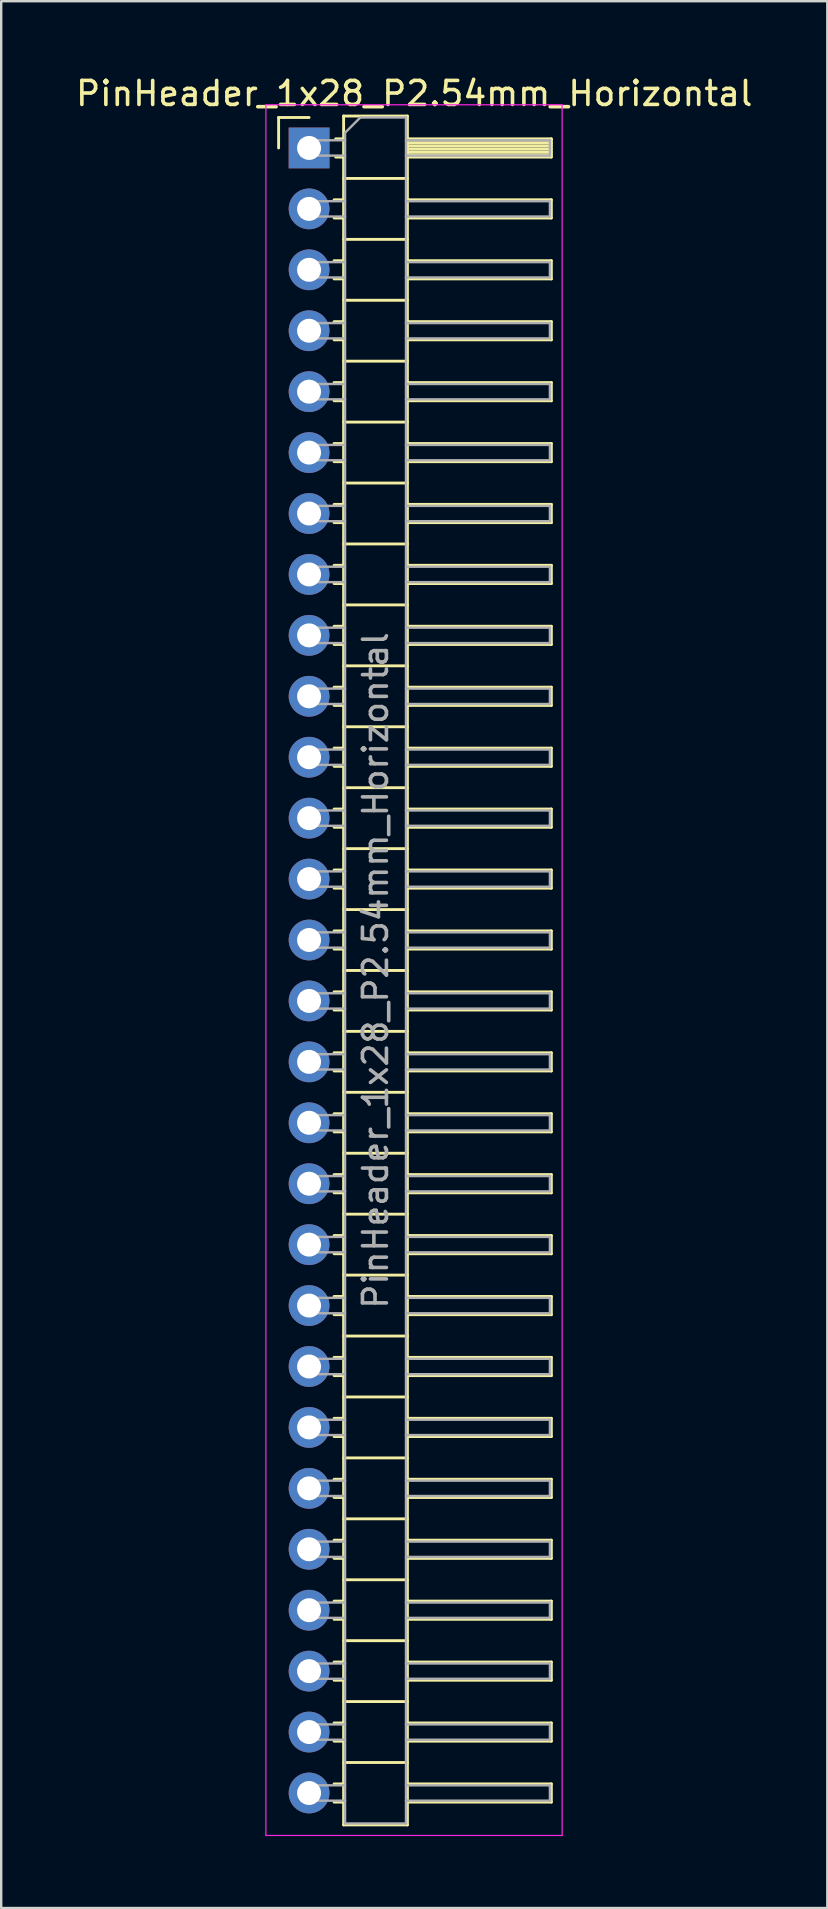
<source format=kicad_pcb>
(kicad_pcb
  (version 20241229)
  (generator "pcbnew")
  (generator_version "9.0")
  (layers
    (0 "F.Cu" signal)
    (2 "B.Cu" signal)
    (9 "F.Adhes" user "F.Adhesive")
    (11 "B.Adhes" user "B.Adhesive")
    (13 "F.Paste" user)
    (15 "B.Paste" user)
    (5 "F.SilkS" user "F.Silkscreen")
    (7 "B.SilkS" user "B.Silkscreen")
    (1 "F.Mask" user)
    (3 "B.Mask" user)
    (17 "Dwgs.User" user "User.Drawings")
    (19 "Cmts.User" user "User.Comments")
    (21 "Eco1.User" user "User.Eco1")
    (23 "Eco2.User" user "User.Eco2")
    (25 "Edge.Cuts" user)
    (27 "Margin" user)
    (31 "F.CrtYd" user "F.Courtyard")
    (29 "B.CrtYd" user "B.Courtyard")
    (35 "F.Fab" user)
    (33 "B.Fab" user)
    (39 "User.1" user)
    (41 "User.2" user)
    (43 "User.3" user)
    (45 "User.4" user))
  (footprint "PinHeader_1x28_P2.54mm_Horizontal"
    (layer "F.Cu")
    (at 9.835 3.118)
    (property "Reference" "PinHeader_1x28_P2.54mm_Horizontal" (at 4.385 -2.27 0) (layer "F.SilkS") (effects (font (size 1 1) (thickness 0.15))))
    (attr through_hole)
    (fp_line (start -1.27 -1.27) (end 0 -1.27) (stroke (width 0.12) (type solid)) (layer "F.SilkS"))
    (fp_line (start -1.27 0) (end -1.27 -1.27) (stroke (width 0.12) (type solid)) (layer "F.SilkS"))
    (fp_line (start 1.043 2.16) (end 1.44 2.16) (stroke (width 0.12) (type solid)) (layer "F.SilkS"))
    (fp_line (start 1.043 2.92) (end 1.44 2.92) (stroke (width 0.12) (type solid)) (layer "F.SilkS"))
    (fp_line (start 1.043 4.7) (end 1.44 4.7) (stroke (width 0.12) (type solid)) (layer "F.SilkS"))
    (fp_line (start 1.043 5.46) (end 1.44 5.46) (stroke (width 0.12) (type solid)) (layer "F.SilkS"))
    (fp_line (start 1.043 7.24) (end 1.44 7.24) (stroke (width 0.12) (type solid)) (layer "F.SilkS"))
    (fp_line (start 1.043 8) (end 1.44 8) (stroke (width 0.12) (type solid)) (layer "F.SilkS"))
    (fp_line (start 1.043 9.78) (end 1.44 9.78) (stroke (width 0.12) (type solid)) (layer "F.SilkS"))
    (fp_line (start 1.043 10.54) (end 1.44 10.54) (stroke (width 0.12) (type solid)) (layer "F.SilkS"))
    (fp_line (start 1.043 12.32) (end 1.44 12.32) (stroke (width 0.12) (type solid)) (layer "F.SilkS"))
    (fp_line (start 1.043 13.08) (end 1.44 13.08) (stroke (width 0.12) (type solid)) (layer "F.SilkS"))
    (fp_line (start 1.043 14.86) (end 1.44 14.86) (stroke (width 0.12) (type solid)) (layer "F.SilkS"))
    (fp_line (start 1.043 15.62) (end 1.44 15.62) (stroke (width 0.12) (type solid)) (layer "F.SilkS"))
    (fp_line (start 1.043 17.4) (end 1.44 17.4) (stroke (width 0.12) (type solid)) (layer "F.SilkS"))
    (fp_line (start 1.043 18.16) (end 1.44 18.16) (stroke (width 0.12) (type solid)) (layer "F.SilkS"))
    (fp_line (start 1.043 19.94) (end 1.44 19.94) (stroke (width 0.12) (type solid)) (layer "F.SilkS"))
    (fp_line (start 1.043 20.7) (end 1.44 20.7) (stroke (width 0.12) (type solid)) (layer "F.SilkS"))
    (fp_line (start 1.043 22.48) (end 1.44 22.48) (stroke (width 0.12) (type solid)) (layer "F.SilkS"))
    (fp_line (start 1.043 23.24) (end 1.44 23.24) (stroke (width 0.12) (type solid)) (layer "F.SilkS"))
    (fp_line (start 1.043 25.02) (end 1.44 25.02) (stroke (width 0.12) (type solid)) (layer "F.SilkS"))
    (fp_line (start 1.043 25.78) (end 1.44 25.78) (stroke (width 0.12) (type solid)) (layer "F.SilkS"))
    (fp_line (start 1.043 27.56) (end 1.44 27.56) (stroke (width 0.12) (type solid)) (layer "F.SilkS"))
    (fp_line (start 1.043 28.32) (end 1.44 28.32) (stroke (width 0.12) (type solid)) (layer "F.SilkS"))
    (fp_line (start 1.043 30.1) (end 1.44 30.1) (stroke (width 0.12) (type solid)) (layer "F.SilkS"))
    (fp_line (start 1.043 30.86) (end 1.44 30.86) (stroke (width 0.12) (type solid)) (layer "F.SilkS"))
    (fp_line (start 1.043 32.64) (end 1.44 32.64) (stroke (width 0.12) (type solid)) (layer "F.SilkS"))
    (fp_line (start 1.043 33.4) (end 1.44 33.4) (stroke (width 0.12) (type solid)) (layer "F.SilkS"))
    (fp_line (start 1.043 35.18) (end 1.44 35.18) (stroke (width 0.12) (type solid)) (layer "F.SilkS"))
    (fp_line (start 1.043 35.94) (end 1.44 35.94) (stroke (width 0.12) (type solid)) (layer "F.SilkS"))
    (fp_line (start 1.043 37.72) (end 1.44 37.72) (stroke (width 0.12) (type solid)) (layer "F.SilkS"))
    (fp_line (start 1.043 38.48) (end 1.44 38.48) (stroke (width 0.12) (type solid)) (layer "F.SilkS"))
    (fp_line (start 1.043 40.26) (end 1.44 40.26) (stroke (width 0.12) (type solid)) (layer "F.SilkS"))
    (fp_line (start 1.043 41.02) (end 1.44 41.02) (stroke (width 0.12) (type solid)) (layer "F.SilkS"))
    (fp_line (start 1.043 42.8) (end 1.44 42.8) (stroke (width 0.12) (type solid)) (layer "F.SilkS"))
    (fp_line (start 1.043 43.56) (end 1.44 43.56) (stroke (width 0.12) (type solid)) (layer "F.SilkS"))
    (fp_line (start 1.043 45.34) (end 1.44 45.34) (stroke (width 0.12) (type solid)) (layer "F.SilkS"))
    (fp_line (start 1.043 46.1) (end 1.44 46.1) (stroke (width 0.12) (type solid)) (layer "F.SilkS"))
    (fp_line (start 1.043 47.88) (end 1.44 47.88) (stroke (width 0.12) (type solid)) (layer "F.SilkS"))
    (fp_line (start 1.043 48.64) (end 1.44 48.64) (stroke (width 0.12) (type solid)) (layer "F.SilkS"))
    (fp_line (start 1.043 50.42) (end 1.44 50.42) (stroke (width 0.12) (type solid)) (layer "F.SilkS"))
    (fp_line (start 1.043 51.18) (end 1.44 51.18) (stroke (width 0.12) (type solid)) (layer "F.SilkS"))
    (fp_line (start 1.043 52.96) (end 1.44 52.96) (stroke (width 0.12) (type solid)) (layer "F.SilkS"))
    (fp_line (start 1.043 53.72) (end 1.44 53.72) (stroke (width 0.12) (type solid)) (layer "F.SilkS"))
    (fp_line (start 1.043 55.5) (end 1.44 55.5) (stroke (width 0.12) (type solid)) (layer "F.SilkS"))
    (fp_line (start 1.043 56.26) (end 1.44 56.26) (stroke (width 0.12) (type solid)) (layer "F.SilkS"))
    (fp_line (start 1.043 58.04) (end 1.44 58.04) (stroke (width 0.12) (type solid)) (layer "F.SilkS"))
    (fp_line (start 1.043 58.8) (end 1.44 58.8) (stroke (width 0.12) (type solid)) (layer "F.SilkS"))
    (fp_line (start 1.043 60.58) (end 1.44 60.58) (stroke (width 0.12) (type solid)) (layer "F.SilkS"))
    (fp_line (start 1.043 61.34) (end 1.44 61.34) (stroke (width 0.12) (type solid)) (layer "F.SilkS"))
    (fp_line (start 1.043 63.12) (end 1.44 63.12) (stroke (width 0.12) (type solid)) (layer "F.SilkS"))
    (fp_line (start 1.043 63.88) (end 1.44 63.88) (stroke (width 0.12) (type solid)) (layer "F.SilkS"))
    (fp_line (start 1.043 65.66) (end 1.44 65.66) (stroke (width 0.12) (type solid)) (layer "F.SilkS"))
    (fp_line (start 1.043 66.42) (end 1.44 66.42) (stroke (width 0.12) (type solid)) (layer "F.SilkS"))
    (fp_line (start 1.043 68.2) (end 1.44 68.2) (stroke (width 0.12) (type solid)) (layer "F.SilkS"))
    (fp_line (start 1.043 68.96) (end 1.44 68.96) (stroke (width 0.12) (type solid)) (layer "F.SilkS"))
    (fp_line (start 1.11 -0.38) (end 1.44 -0.38) (stroke (width 0.12) (type solid)) (layer "F.SilkS"))
    (fp_line (start 1.11 0.38) (end 1.44 0.38) (stroke (width 0.12) (type solid)) (layer "F.SilkS"))
    (fp_line (start 1.44 -1.33) (end 1.44 69.91) (stroke (width 0.12) (type solid)) (layer "F.SilkS"))
    (fp_line (start 1.44 1.27) (end 4.1 1.27) (stroke (width 0.12) (type solid)) (layer "F.SilkS"))
    (fp_line (start 1.44 3.81) (end 4.1 3.81) (stroke (width 0.12) (type solid)) (layer "F.SilkS"))
    (fp_line (start 1.44 6.35) (end 4.1 6.35) (stroke (width 0.12) (type solid)) (layer "F.SilkS"))
    (fp_line (start 1.44 8.89) (end 4.1 8.89) (stroke (width 0.12) (type solid)) (layer "F.SilkS"))
    (fp_line (start 1.44 11.43) (end 4.1 11.43) (stroke (width 0.12) (type solid)) (layer "F.SilkS"))
    (fp_line (start 1.44 13.97) (end 4.1 13.97) (stroke (width 0.12) (type solid)) (layer "F.SilkS"))
    (fp_line (start 1.44 16.51) (end 4.1 16.51) (stroke (width 0.12) (type solid)) (layer "F.SilkS"))
    (fp_line (start 1.44 19.05) (end 4.1 19.05) (stroke (width 0.12) (type solid)) (layer "F.SilkS"))
    (fp_line (start 1.44 21.59) (end 4.1 21.59) (stroke (width 0.12) (type solid)) (layer "F.SilkS"))
    (fp_line (start 1.44 24.13) (end 4.1 24.13) (stroke (width 0.12) (type solid)) (layer "F.SilkS"))
    (fp_line (start 1.44 26.67) (end 4.1 26.67) (stroke (width 0.12) (type solid)) (layer "F.SilkS"))
    (fp_line (start 1.44 29.21) (end 4.1 29.21) (stroke (width 0.12) (type solid)) (layer "F.SilkS"))
    (fp_line (start 1.44 31.75) (end 4.1 31.75) (stroke (width 0.12) (type solid)) (layer "F.SilkS"))
    (fp_line (start 1.44 34.29) (end 4.1 34.29) (stroke (width 0.12) (type solid)) (layer "F.SilkS"))
    (fp_line (start 1.44 36.83) (end 4.1 36.83) (stroke (width 0.12) (type solid)) (layer "F.SilkS"))
    (fp_line (start 1.44 39.37) (end 4.1 39.37) (stroke (width 0.12) (type solid)) (layer "F.SilkS"))
    (fp_line (start 1.44 41.91) (end 4.1 41.91) (stroke (width 0.12) (type solid)) (layer "F.SilkS"))
    (fp_line (start 1.44 44.45) (end 4.1 44.45) (stroke (width 0.12) (type solid)) (layer "F.SilkS"))
    (fp_line (start 1.44 46.99) (end 4.1 46.99) (stroke (width 0.12) (type solid)) (layer "F.SilkS"))
    (fp_line (start 1.44 49.53) (end 4.1 49.53) (stroke (width 0.12) (type solid)) (layer "F.SilkS"))
    (fp_line (start 1.44 52.07) (end 4.1 52.07) (stroke (width 0.12) (type solid)) (layer "F.SilkS"))
    (fp_line (start 1.44 54.61) (end 4.1 54.61) (stroke (width 0.12) (type solid)) (layer "F.SilkS"))
    (fp_line (start 1.44 57.15) (end 4.1 57.15) (stroke (width 0.12) (type solid)) (layer "F.SilkS"))
    (fp_line (start 1.44 59.69) (end 4.1 59.69) (stroke (width 0.12) (type solid)) (layer "F.SilkS"))
    (fp_line (start 1.44 62.23) (end 4.1 62.23) (stroke (width 0.12) (type solid)) (layer "F.SilkS"))
    (fp_line (start 1.44 64.77) (end 4.1 64.77) (stroke (width 0.12) (type solid)) (layer "F.SilkS"))
    (fp_line (start 1.44 67.31) (end 4.1 67.31) (stroke (width 0.12) (type solid)) (layer "F.SilkS"))
    (fp_line (start 1.44 69.91) (end 4.1 69.91) (stroke (width 0.12) (type solid)) (layer "F.SilkS"))
    (fp_line (start 4.1 -1.33) (end 1.44 -1.33) (stroke (width 0.12) (type solid)) (layer "F.SilkS"))
    (fp_line (start 4.1 -0.38) (end 10.1 -0.38) (stroke (width 0.12) (type solid)) (layer "F.SilkS"))
    (fp_line (start 4.1 -0.32) (end 10.1 -0.32) (stroke (width 0.12) (type solid)) (layer "F.SilkS"))
    (fp_line (start 4.1 -0.2) (end 10.1 -0.2) (stroke (width 0.12) (type solid)) (layer "F.SilkS"))
    (fp_line (start 4.1 -0.08) (end 10.1 -0.08) (stroke (width 0.12) (type solid)) (layer "F.SilkS"))
    (fp_line (start 4.1 0.04) (end 10.1 0.04) (stroke (width 0.12) (type solid)) (layer "F.SilkS"))
    (fp_line (start 4.1 0.16) (end 10.1 0.16) (stroke (width 0.12) (type solid)) (layer "F.SilkS"))
    (fp_line (start 4.1 0.28) (end 10.1 0.28) (stroke (width 0.12) (type solid)) (layer "F.SilkS"))
    (fp_line (start 4.1 2.16) (end 10.1 2.16) (stroke (width 0.12) (type solid)) (layer "F.SilkS"))
    (fp_line (start 4.1 4.7) (end 10.1 4.7) (stroke (width 0.12) (type solid)) (layer "F.SilkS"))
    (fp_line (start 4.1 7.24) (end 10.1 7.24) (stroke (width 0.12) (type solid)) (layer "F.SilkS"))
    (fp_line (start 4.1 9.78) (end 10.1 9.78) (stroke (width 0.12) (type solid)) (layer "F.SilkS"))
    (fp_line (start 4.1 12.32) (end 10.1 12.32) (stroke (width 0.12) (type solid)) (layer "F.SilkS"))
    (fp_line (start 4.1 14.86) (end 10.1 14.86) (stroke (width 0.12) (type solid)) (layer "F.SilkS"))
    (fp_line (start 4.1 17.4) (end 10.1 17.4) (stroke (width 0.12) (type solid)) (layer "F.SilkS"))
    (fp_line (start 4.1 19.94) (end 10.1 19.94) (stroke (width 0.12) (type solid)) (layer "F.SilkS"))
    (fp_line (start 4.1 22.48) (end 10.1 22.48) (stroke (width 0.12) (type solid)) (layer "F.SilkS"))
    (fp_line (start 4.1 25.02) (end 10.1 25.02) (stroke (width 0.12) (type solid)) (layer "F.SilkS"))
    (fp_line (start 4.1 27.56) (end 10.1 27.56) (stroke (width 0.12) (type solid)) (layer "F.SilkS"))
    (fp_line (start 4.1 30.1) (end 10.1 30.1) (stroke (width 0.12) (type solid)) (layer "F.SilkS"))
    (fp_line (start 4.1 32.64) (end 10.1 32.64) (stroke (width 0.12) (type solid)) (layer "F.SilkS"))
    (fp_line (start 4.1 35.18) (end 10.1 35.18) (stroke (width 0.12) (type solid)) (layer "F.SilkS"))
    (fp_line (start 4.1 37.72) (end 10.1 37.72) (stroke (width 0.12) (type solid)) (layer "F.SilkS"))
    (fp_line (start 4.1 40.26) (end 10.1 40.26) (stroke (width 0.12) (type solid)) (layer "F.SilkS"))
    (fp_line (start 4.1 42.8) (end 10.1 42.8) (stroke (width 0.12) (type solid)) (layer "F.SilkS"))
    (fp_line (start 4.1 45.34) (end 10.1 45.34) (stroke (width 0.12) (type solid)) (layer "F.SilkS"))
    (fp_line (start 4.1 47.88) (end 10.1 47.88) (stroke (width 0.12) (type solid)) (layer "F.SilkS"))
    (fp_line (start 4.1 50.42) (end 10.1 50.42) (stroke (width 0.12) (type solid)) (layer "F.SilkS"))
    (fp_line (start 4.1 52.96) (end 10.1 52.96) (stroke (width 0.12) (type solid)) (layer "F.SilkS"))
    (fp_line (start 4.1 55.5) (end 10.1 55.5) (stroke (width 0.12) (type solid)) (layer "F.SilkS"))
    (fp_line (start 4.1 58.04) (end 10.1 58.04) (stroke (width 0.12) (type solid)) (layer "F.SilkS"))
    (fp_line (start 4.1 60.58) (end 10.1 60.58) (stroke (width 0.12) (type solid)) (layer "F.SilkS"))
    (fp_line (start 4.1 63.12) (end 10.1 63.12) (stroke (width 0.12) (type solid)) (layer "F.SilkS"))
    (fp_line (start 4.1 65.66) (end 10.1 65.66) (stroke (width 0.12) (type solid)) (layer "F.SilkS"))
    (fp_line (start 4.1 68.2) (end 10.1 68.2) (stroke (width 0.12) (type solid)) (layer "F.SilkS"))
    (fp_line (start 4.1 69.91) (end 4.1 -1.33) (stroke (width 0.12) (type solid)) (layer "F.SilkS"))
    (fp_line (start 10.1 -0.38) (end 10.1 0.38) (stroke (width 0.12) (type solid)) (layer "F.SilkS"))
    (fp_line (start 10.1 0.38) (end 4.1 0.38) (stroke (width 0.12) (type solid)) (layer "F.SilkS"))
    (fp_line (start 10.1 2.16) (end 10.1 2.92) (stroke (width 0.12) (type solid)) (layer "F.SilkS"))
    (fp_line (start 10.1 2.92) (end 4.1 2.92) (stroke (width 0.12) (type solid)) (layer "F.SilkS"))
    (fp_line (start 10.1 4.7) (end 10.1 5.46) (stroke (width 0.12) (type solid)) (layer "F.SilkS"))
    (fp_line (start 10.1 5.46) (end 4.1 5.46) (stroke (width 0.12) (type solid)) (layer "F.SilkS"))
    (fp_line (start 10.1 7.24) (end 10.1 8) (stroke (width 0.12) (type solid)) (layer "F.SilkS"))
    (fp_line (start 10.1 8) (end 4.1 8) (stroke (width 0.12) (type solid)) (layer "F.SilkS"))
    (fp_line (start 10.1 9.78) (end 10.1 10.54) (stroke (width 0.12) (type solid)) (layer "F.SilkS"))
    (fp_line (start 10.1 10.54) (end 4.1 10.54) (stroke (width 0.12) (type solid)) (layer "F.SilkS"))
    (fp_line (start 10.1 12.32) (end 10.1 13.08) (stroke (width 0.12) (type solid)) (layer "F.SilkS"))
    (fp_line (start 10.1 13.08) (end 4.1 13.08) (stroke (width 0.12) (type solid)) (layer "F.SilkS"))
    (fp_line (start 10.1 14.86) (end 10.1 15.62) (stroke (width 0.12) (type solid)) (layer "F.SilkS"))
    (fp_line (start 10.1 15.62) (end 4.1 15.62) (stroke (width 0.12) (type solid)) (layer "F.SilkS"))
    (fp_line (start 10.1 17.4) (end 10.1 18.16) (stroke (width 0.12) (type solid)) (layer "F.SilkS"))
    (fp_line (start 10.1 18.16) (end 4.1 18.16) (stroke (width 0.12) (type solid)) (layer "F.SilkS"))
    (fp_line (start 10.1 19.94) (end 10.1 20.7) (stroke (width 0.12) (type solid)) (layer "F.SilkS"))
    (fp_line (start 10.1 20.7) (end 4.1 20.7) (stroke (width 0.12) (type solid)) (layer "F.SilkS"))
    (fp_line (start 10.1 22.48) (end 10.1 23.24) (stroke (width 0.12) (type solid)) (layer "F.SilkS"))
    (fp_line (start 10.1 23.24) (end 4.1 23.24) (stroke (width 0.12) (type solid)) (layer "F.SilkS"))
    (fp_line (start 10.1 25.02) (end 10.1 25.78) (stroke (width 0.12) (type solid)) (layer "F.SilkS"))
    (fp_line (start 10.1 25.78) (end 4.1 25.78) (stroke (width 0.12) (type solid)) (layer "F.SilkS"))
    (fp_line (start 10.1 27.56) (end 10.1 28.32) (stroke (width 0.12) (type solid)) (layer "F.SilkS"))
    (fp_line (start 10.1 28.32) (end 4.1 28.32) (stroke (width 0.12) (type solid)) (layer "F.SilkS"))
    (fp_line (start 10.1 30.1) (end 10.1 30.86) (stroke (width 0.12) (type solid)) (layer "F.SilkS"))
    (fp_line (start 10.1 30.86) (end 4.1 30.86) (stroke (width 0.12) (type solid)) (layer "F.SilkS"))
    (fp_line (start 10.1 32.64) (end 10.1 33.4) (stroke (width 0.12) (type solid)) (layer "F.SilkS"))
    (fp_line (start 10.1 33.4) (end 4.1 33.4) (stroke (width 0.12) (type solid)) (layer "F.SilkS"))
    (fp_line (start 10.1 35.18) (end 10.1 35.94) (stroke (width 0.12) (type solid)) (layer "F.SilkS"))
    (fp_line (start 10.1 35.94) (end 4.1 35.94) (stroke (width 0.12) (type solid)) (layer "F.SilkS"))
    (fp_line (start 10.1 37.72) (end 10.1 38.48) (stroke (width 0.12) (type solid)) (layer "F.SilkS"))
    (fp_line (start 10.1 38.48) (end 4.1 38.48) (stroke (width 0.12) (type solid)) (layer "F.SilkS"))
    (fp_line (start 10.1 40.26) (end 10.1 41.02) (stroke (width 0.12) (type solid)) (layer "F.SilkS"))
    (fp_line (start 10.1 41.02) (end 4.1 41.02) (stroke (width 0.12) (type solid)) (layer "F.SilkS"))
    (fp_line (start 10.1 42.8) (end 10.1 43.56) (stroke (width 0.12) (type solid)) (layer "F.SilkS"))
    (fp_line (start 10.1 43.56) (end 4.1 43.56) (stroke (width 0.12) (type solid)) (layer "F.SilkS"))
    (fp_line (start 10.1 45.34) (end 10.1 46.1) (stroke (width 0.12) (type solid)) (layer "F.SilkS"))
    (fp_line (start 10.1 46.1) (end 4.1 46.1) (stroke (width 0.12) (type solid)) (layer "F.SilkS"))
    (fp_line (start 10.1 47.88) (end 10.1 48.64) (stroke (width 0.12) (type solid)) (layer "F.SilkS"))
    (fp_line (start 10.1 48.64) (end 4.1 48.64) (stroke (width 0.12) (type solid)) (layer "F.SilkS"))
    (fp_line (start 10.1 50.42) (end 10.1 51.18) (stroke (width 0.12) (type solid)) (layer "F.SilkS"))
    (fp_line (start 10.1 51.18) (end 4.1 51.18) (stroke (width 0.12) (type solid)) (layer "F.SilkS"))
    (fp_line (start 10.1 52.96) (end 10.1 53.72) (stroke (width 0.12) (type solid)) (layer "F.SilkS"))
    (fp_line (start 10.1 53.72) (end 4.1 53.72) (stroke (width 0.12) (type solid)) (layer "F.SilkS"))
    (fp_line (start 10.1 55.5) (end 10.1 56.26) (stroke (width 0.12) (type solid)) (layer "F.SilkS"))
    (fp_line (start 10.1 56.26) (end 4.1 56.26) (stroke (width 0.12) (type solid)) (layer "F.SilkS"))
    (fp_line (start 10.1 58.04) (end 10.1 58.8) (stroke (width 0.12) (type solid)) (layer "F.SilkS"))
    (fp_line (start 10.1 58.8) (end 4.1 58.8) (stroke (width 0.12) (type solid)) (layer "F.SilkS"))
    (fp_line (start 10.1 60.58) (end 10.1 61.34) (stroke (width 0.12) (type solid)) (layer "F.SilkS"))
    (fp_line (start 10.1 61.34) (end 4.1 61.34) (stroke (width 0.12) (type solid)) (layer "F.SilkS"))
    (fp_line (start 10.1 63.12) (end 10.1 63.88) (stroke (width 0.12) (type solid)) (layer "F.SilkS"))
    (fp_line (start 10.1 63.88) (end 4.1 63.88) (stroke (width 0.12) (type solid)) (layer "F.SilkS"))
    (fp_line (start 10.1 65.66) (end 10.1 66.42) (stroke (width 0.12) (type solid)) (layer "F.SilkS"))
    (fp_line (start 10.1 66.42) (end 4.1 66.42) (stroke (width 0.12) (type solid)) (layer "F.SilkS"))
    (fp_line (start 10.1 68.2) (end 10.1 68.96) (stroke (width 0.12) (type solid)) (layer "F.SilkS"))
    (fp_line (start 10.1 68.96) (end 4.1 68.96) (stroke (width 0.12) (type solid)) (layer "F.SilkS"))
    (fp_line (start -1.8 -1.8) (end -1.8 70.35) (stroke (width 0.05) (type solid)) (layer "F.CrtYd"))
    (fp_line (start -1.8 70.35) (end 10.55 70.35) (stroke (width 0.05) (type solid)) (layer "F.CrtYd"))
    (fp_line (start 10.55 -1.8) (end -1.8 -1.8) (stroke (width 0.05) (type solid)) (layer "F.CrtYd"))
    (fp_line (start 10.55 70.35) (end 10.55 -1.8) (stroke (width 0.05) (type solid)) (layer "F.CrtYd"))
    (fp_line (start -0.32 -0.32) (end -0.32 0.32) (stroke (width 0.1) (type solid)) (layer "F.Fab"))
    (fp_line (start -0.32 -0.32) (end 1.5 -0.32) (stroke (width 0.1) (type solid)) (layer "F.Fab"))
    (fp_line (start -0.32 0.32) (end 1.5 0.32) (stroke (width 0.1) (type solid)) (layer "F.Fab"))
    (fp_line (start -0.32 2.22) (end -0.32 2.86) (stroke (width 0.1) (type solid)) (layer "F.Fab"))
    (fp_line (start -0.32 2.22) (end 1.5 2.22) (stroke (width 0.1) (type solid)) (layer "F.Fab"))
    (fp_line (start -0.32 2.86) (end 1.5 2.86) (stroke (width 0.1) (type solid)) (layer "F.Fab"))
    (fp_line (start -0.32 4.76) (end -0.32 5.4) (stroke (width 0.1) (type solid)) (layer "F.Fab"))
    (fp_line (start -0.32 4.76) (end 1.5 4.76) (stroke (width 0.1) (type solid)) (layer "F.Fab"))
    (fp_line (start -0.32 5.4) (end 1.5 5.4) (stroke (width 0.1) (type solid)) (layer "F.Fab"))
    (fp_line (start -0.32 7.3) (end -0.32 7.94) (stroke (width 0.1) (type solid)) (layer "F.Fab"))
    (fp_line (start -0.32 7.3) (end 1.5 7.3) (stroke (width 0.1) (type solid)) (layer "F.Fab"))
    (fp_line (start -0.32 7.94) (end 1.5 7.94) (stroke (width 0.1) (type solid)) (layer "F.Fab"))
    (fp_line (start -0.32 9.84) (end -0.32 10.48) (stroke (width 0.1) (type solid)) (layer "F.Fab"))
    (fp_line (start -0.32 9.84) (end 1.5 9.84) (stroke (width 0.1) (type solid)) (layer "F.Fab"))
    (fp_line (start -0.32 10.48) (end 1.5 10.48) (stroke (width 0.1) (type solid)) (layer "F.Fab"))
    (fp_line (start -0.32 12.38) (end -0.32 13.02) (stroke (width 0.1) (type solid)) (layer "F.Fab"))
    (fp_line (start -0.32 12.38) (end 1.5 12.38) (stroke (width 0.1) (type solid)) (layer "F.Fab"))
    (fp_line (start -0.32 13.02) (end 1.5 13.02) (stroke (width 0.1) (type solid)) (layer "F.Fab"))
    (fp_line (start -0.32 14.92) (end -0.32 15.56) (stroke (width 0.1) (type solid)) (layer "F.Fab"))
    (fp_line (start -0.32 14.92) (end 1.5 14.92) (stroke (width 0.1) (type solid)) (layer "F.Fab"))
    (fp_line (start -0.32 15.56) (end 1.5 15.56) (stroke (width 0.1) (type solid)) (layer "F.Fab"))
    (fp_line (start -0.32 17.46) (end -0.32 18.1) (stroke (width 0.1) (type solid)) (layer "F.Fab"))
    (fp_line (start -0.32 17.46) (end 1.5 17.46) (stroke (width 0.1) (type solid)) (layer "F.Fab"))
    (fp_line (start -0.32 18.1) (end 1.5 18.1) (stroke (width 0.1) (type solid)) (layer "F.Fab"))
    (fp_line (start -0.32 20) (end -0.32 20.64) (stroke (width 0.1) (type solid)) (layer "F.Fab"))
    (fp_line (start -0.32 20) (end 1.5 20) (stroke (width 0.1) (type solid)) (layer "F.Fab"))
    (fp_line (start -0.32 20.64) (end 1.5 20.64) (stroke (width 0.1) (type solid)) (layer "F.Fab"))
    (fp_line (start -0.32 22.54) (end -0.32 23.18) (stroke (width 0.1) (type solid)) (layer "F.Fab"))
    (fp_line (start -0.32 22.54) (end 1.5 22.54) (stroke (width 0.1) (type solid)) (layer "F.Fab"))
    (fp_line (start -0.32 23.18) (end 1.5 23.18) (stroke (width 0.1) (type solid)) (layer "F.Fab"))
    (fp_line (start -0.32 25.08) (end -0.32 25.72) (stroke (width 0.1) (type solid)) (layer "F.Fab"))
    (fp_line (start -0.32 25.08) (end 1.5 25.08) (stroke (width 0.1) (type solid)) (layer "F.Fab"))
    (fp_line (start -0.32 25.72) (end 1.5 25.72) (stroke (width 0.1) (type solid)) (layer "F.Fab"))
    (fp_line (start -0.32 27.62) (end -0.32 28.26) (stroke (width 0.1) (type solid)) (layer "F.Fab"))
    (fp_line (start -0.32 27.62) (end 1.5 27.62) (stroke (width 0.1) (type solid)) (layer "F.Fab"))
    (fp_line (start -0.32 28.26) (end 1.5 28.26) (stroke (width 0.1) (type solid)) (layer "F.Fab"))
    (fp_line (start -0.32 30.16) (end -0.32 30.8) (stroke (width 0.1) (type solid)) (layer "F.Fab"))
    (fp_line (start -0.32 30.16) (end 1.5 30.16) (stroke (width 0.1) (type solid)) (layer "F.Fab"))
    (fp_line (start -0.32 30.8) (end 1.5 30.8) (stroke (width 0.1) (type solid)) (layer "F.Fab"))
    (fp_line (start -0.32 32.7) (end -0.32 33.34) (stroke (width 0.1) (type solid)) (layer "F.Fab"))
    (fp_line (start -0.32 32.7) (end 1.5 32.7) (stroke (width 0.1) (type solid)) (layer "F.Fab"))
    (fp_line (start -0.32 33.34) (end 1.5 33.34) (stroke (width 0.1) (type solid)) (layer "F.Fab"))
    (fp_line (start -0.32 35.24) (end -0.32 35.88) (stroke (width 0.1) (type solid)) (layer "F.Fab"))
    (fp_line (start -0.32 35.24) (end 1.5 35.24) (stroke (width 0.1) (type solid)) (layer "F.Fab"))
    (fp_line (start -0.32 35.88) (end 1.5 35.88) (stroke (width 0.1) (type solid)) (layer "F.Fab"))
    (fp_line (start -0.32 37.78) (end -0.32 38.42) (stroke (width 0.1) (type solid)) (layer "F.Fab"))
    (fp_line (start -0.32 37.78) (end 1.5 37.78) (stroke (width 0.1) (type solid)) (layer "F.Fab"))
    (fp_line (start -0.32 38.42) (end 1.5 38.42) (stroke (width 0.1) (type solid)) (layer "F.Fab"))
    (fp_line (start -0.32 40.32) (end -0.32 40.96) (stroke (width 0.1) (type solid)) (layer "F.Fab"))
    (fp_line (start -0.32 40.32) (end 1.5 40.32) (stroke (width 0.1) (type solid)) (layer "F.Fab"))
    (fp_line (start -0.32 40.96) (end 1.5 40.96) (stroke (width 0.1) (type solid)) (layer "F.Fab"))
    (fp_line (start -0.32 42.86) (end -0.32 43.5) (stroke (width 0.1) (type solid)) (layer "F.Fab"))
    (fp_line (start -0.32 42.86) (end 1.5 42.86) (stroke (width 0.1) (type solid)) (layer "F.Fab"))
    (fp_line (start -0.32 43.5) (end 1.5 43.5) (stroke (width 0.1) (type solid)) (layer "F.Fab"))
    (fp_line (start -0.32 45.4) (end -0.32 46.04) (stroke (width 0.1) (type solid)) (layer "F.Fab"))
    (fp_line (start -0.32 45.4) (end 1.5 45.4) (stroke (width 0.1) (type solid)) (layer "F.Fab"))
    (fp_line (start -0.32 46.04) (end 1.5 46.04) (stroke (width 0.1) (type solid)) (layer "F.Fab"))
    (fp_line (start -0.32 47.94) (end -0.32 48.58) (stroke (width 0.1) (type solid)) (layer "F.Fab"))
    (fp_line (start -0.32 47.94) (end 1.5 47.94) (stroke (width 0.1) (type solid)) (layer "F.Fab"))
    (fp_line (start -0.32 48.58) (end 1.5 48.58) (stroke (width 0.1) (type solid)) (layer "F.Fab"))
    (fp_line (start -0.32 50.48) (end -0.32 51.12) (stroke (width 0.1) (type solid)) (layer "F.Fab"))
    (fp_line (start -0.32 50.48) (end 1.5 50.48) (stroke (width 0.1) (type solid)) (layer "F.Fab"))
    (fp_line (start -0.32 51.12) (end 1.5 51.12) (stroke (width 0.1) (type solid)) (layer "F.Fab"))
    (fp_line (start -0.32 53.02) (end -0.32 53.66) (stroke (width 0.1) (type solid)) (layer "F.Fab"))
    (fp_line (start -0.32 53.02) (end 1.5 53.02) (stroke (width 0.1) (type solid)) (layer "F.Fab"))
    (fp_line (start -0.32 53.66) (end 1.5 53.66) (stroke (width 0.1) (type solid)) (layer "F.Fab"))
    (fp_line (start -0.32 55.56) (end -0.32 56.2) (stroke (width 0.1) (type solid)) (layer "F.Fab"))
    (fp_line (start -0.32 55.56) (end 1.5 55.56) (stroke (width 0.1) (type solid)) (layer "F.Fab"))
    (fp_line (start -0.32 56.2) (end 1.5 56.2) (stroke (width 0.1) (type solid)) (layer "F.Fab"))
    (fp_line (start -0.32 58.1) (end -0.32 58.74) (stroke (width 0.1) (type solid)) (layer "F.Fab"))
    (fp_line (start -0.32 58.1) (end 1.5 58.1) (stroke (width 0.1) (type solid)) (layer "F.Fab"))
    (fp_line (start -0.32 58.74) (end 1.5 58.74) (stroke (width 0.1) (type solid)) (layer "F.Fab"))
    (fp_line (start -0.32 60.64) (end -0.32 61.28) (stroke (width 0.1) (type solid)) (layer "F.Fab"))
    (fp_line (start -0.32 60.64) (end 1.5 60.64) (stroke (width 0.1) (type solid)) (layer "F.Fab"))
    (fp_line (start -0.32 61.28) (end 1.5 61.28) (stroke (width 0.1) (type solid)) (layer "F.Fab"))
    (fp_line (start -0.32 63.18) (end -0.32 63.82) (stroke (width 0.1) (type solid)) (layer "F.Fab"))
    (fp_line (start -0.32 63.18) (end 1.5 63.18) (stroke (width 0.1) (type solid)) (layer "F.Fab"))
    (fp_line (start -0.32 63.82) (end 1.5 63.82) (stroke (width 0.1) (type solid)) (layer "F.Fab"))
    (fp_line (start -0.32 65.72) (end -0.32 66.36) (stroke (width 0.1) (type solid)) (layer "F.Fab"))
    (fp_line (start -0.32 65.72) (end 1.5 65.72) (stroke (width 0.1) (type solid)) (layer "F.Fab"))
    (fp_line (start -0.32 66.36) (end 1.5 66.36) (stroke (width 0.1) (type solid)) (layer "F.Fab"))
    (fp_line (start -0.32 68.26) (end -0.32 68.9) (stroke (width 0.1) (type solid)) (layer "F.Fab"))
    (fp_line (start -0.32 68.26) (end 1.5 68.26) (stroke (width 0.1) (type solid)) (layer "F.Fab"))
    (fp_line (start -0.32 68.9) (end 1.5 68.9) (stroke (width 0.1) (type solid)) (layer "F.Fab"))
    (fp_line (start 1.5 -0.635) (end 2.135 -1.27) (stroke (width 0.1) (type solid)) (layer "F.Fab"))
    (fp_line (start 1.5 69.85) (end 1.5 -0.635) (stroke (width 0.1) (type solid)) (layer "F.Fab"))
    (fp_line (start 2.135 -1.27) (end 4.04 -1.27) (stroke (width 0.1) (type solid)) (layer "F.Fab"))
    (fp_line (start 4.04 -1.27) (end 4.04 69.85) (stroke (width 0.1) (type solid)) (layer "F.Fab"))
    (fp_line (start 4.04 -0.32) (end 10.04 -0.32) (stroke (width 0.1) (type solid)) (layer "F.Fab"))
    (fp_line (start 4.04 0.32) (end 10.04 0.32) (stroke (width 0.1) (type solid)) (layer "F.Fab"))
    (fp_line (start 4.04 2.22) (end 10.04 2.22) (stroke (width 0.1) (type solid)) (layer "F.Fab"))
    (fp_line (start 4.04 2.86) (end 10.04 2.86) (stroke (width 0.1) (type solid)) (layer "F.Fab"))
    (fp_line (start 4.04 4.76) (end 10.04 4.76) (stroke (width 0.1) (type solid)) (layer "F.Fab"))
    (fp_line (start 4.04 5.4) (end 10.04 5.4) (stroke (width 0.1) (type solid)) (layer "F.Fab"))
    (fp_line (start 4.04 7.3) (end 10.04 7.3) (stroke (width 0.1) (type solid)) (layer "F.Fab"))
    (fp_line (start 4.04 7.94) (end 10.04 7.94) (stroke (width 0.1) (type solid)) (layer "F.Fab"))
    (fp_line (start 4.04 9.84) (end 10.04 9.84) (stroke (width 0.1) (type solid)) (layer "F.Fab"))
    (fp_line (start 4.04 10.48) (end 10.04 10.48) (stroke (width 0.1) (type solid)) (layer "F.Fab"))
    (fp_line (start 4.04 12.38) (end 10.04 12.38) (stroke (width 0.1) (type solid)) (layer "F.Fab"))
    (fp_line (start 4.04 13.02) (end 10.04 13.02) (stroke (width 0.1) (type solid)) (layer "F.Fab"))
    (fp_line (start 4.04 14.92) (end 10.04 14.92) (stroke (width 0.1) (type solid)) (layer "F.Fab"))
    (fp_line (start 4.04 15.56) (end 10.04 15.56) (stroke (width 0.1) (type solid)) (layer "F.Fab"))
    (fp_line (start 4.04 17.46) (end 10.04 17.46) (stroke (width 0.1) (type solid)) (layer "F.Fab"))
    (fp_line (start 4.04 18.1) (end 10.04 18.1) (stroke (width 0.1) (type solid)) (layer "F.Fab"))
    (fp_line (start 4.04 20) (end 10.04 20) (stroke (width 0.1) (type solid)) (layer "F.Fab"))
    (fp_line (start 4.04 20.64) (end 10.04 20.64) (stroke (width 0.1) (type solid)) (layer "F.Fab"))
    (fp_line (start 4.04 22.54) (end 10.04 22.54) (stroke (width 0.1) (type solid)) (layer "F.Fab"))
    (fp_line (start 4.04 23.18) (end 10.04 23.18) (stroke (width 0.1) (type solid)) (layer "F.Fab"))
    (fp_line (start 4.04 25.08) (end 10.04 25.08) (stroke (width 0.1) (type solid)) (layer "F.Fab"))
    (fp_line (start 4.04 25.72) (end 10.04 25.72) (stroke (width 0.1) (type solid)) (layer "F.Fab"))
    (fp_line (start 4.04 27.62) (end 10.04 27.62) (stroke (width 0.1) (type solid)) (layer "F.Fab"))
    (fp_line (start 4.04 28.26) (end 10.04 28.26) (stroke (width 0.1) (type solid)) (layer "F.Fab"))
    (fp_line (start 4.04 30.16) (end 10.04 30.16) (stroke (width 0.1) (type solid)) (layer "F.Fab"))
    (fp_line (start 4.04 30.8) (end 10.04 30.8) (stroke (width 0.1) (type solid)) (layer "F.Fab"))
    (fp_line (start 4.04 32.7) (end 10.04 32.7) (stroke (width 0.1) (type solid)) (layer "F.Fab"))
    (fp_line (start 4.04 33.34) (end 10.04 33.34) (stroke (width 0.1) (type solid)) (layer "F.Fab"))
    (fp_line (start 4.04 35.24) (end 10.04 35.24) (stroke (width 0.1) (type solid)) (layer "F.Fab"))
    (fp_line (start 4.04 35.88) (end 10.04 35.88) (stroke (width 0.1) (type solid)) (layer "F.Fab"))
    (fp_line (start 4.04 37.78) (end 10.04 37.78) (stroke (width 0.1) (type solid)) (layer "F.Fab"))
    (fp_line (start 4.04 38.42) (end 10.04 38.42) (stroke (width 0.1) (type solid)) (layer "F.Fab"))
    (fp_line (start 4.04 40.32) (end 10.04 40.32) (stroke (width 0.1) (type solid)) (layer "F.Fab"))
    (fp_line (start 4.04 40.96) (end 10.04 40.96) (stroke (width 0.1) (type solid)) (layer "F.Fab"))
    (fp_line (start 4.04 42.86) (end 10.04 42.86) (stroke (width 0.1) (type solid)) (layer "F.Fab"))
    (fp_line (start 4.04 43.5) (end 10.04 43.5) (stroke (width 0.1) (type solid)) (layer "F.Fab"))
    (fp_line (start 4.04 45.4) (end 10.04 45.4) (stroke (width 0.1) (type solid)) (layer "F.Fab"))
    (fp_line (start 4.04 46.04) (end 10.04 46.04) (stroke (width 0.1) (type solid)) (layer "F.Fab"))
    (fp_line (start 4.04 47.94) (end 10.04 47.94) (stroke (width 0.1) (type solid)) (layer "F.Fab"))
    (fp_line (start 4.04 48.58) (end 10.04 48.58) (stroke (width 0.1) (type solid)) (layer "F.Fab"))
    (fp_line (start 4.04 50.48) (end 10.04 50.48) (stroke (width 0.1) (type solid)) (layer "F.Fab"))
    (fp_line (start 4.04 51.12) (end 10.04 51.12) (stroke (width 0.1) (type solid)) (layer "F.Fab"))
    (fp_line (start 4.04 53.02) (end 10.04 53.02) (stroke (width 0.1) (type solid)) (layer "F.Fab"))
    (fp_line (start 4.04 53.66) (end 10.04 53.66) (stroke (width 0.1) (type solid)) (layer "F.Fab"))
    (fp_line (start 4.04 55.56) (end 10.04 55.56) (stroke (width 0.1) (type solid)) (layer "F.Fab"))
    (fp_line (start 4.04 56.2) (end 10.04 56.2) (stroke (width 0.1) (type solid)) (layer "F.Fab"))
    (fp_line (start 4.04 58.1) (end 10.04 58.1) (stroke (width 0.1) (type solid)) (layer "F.Fab"))
    (fp_line (start 4.04 58.74) (end 10.04 58.74) (stroke (width 0.1) (type solid)) (layer "F.Fab"))
    (fp_line (start 4.04 60.64) (end 10.04 60.64) (stroke (width 0.1) (type solid)) (layer "F.Fab"))
    (fp_line (start 4.04 61.28) (end 10.04 61.28) (stroke (width 0.1) (type solid)) (layer "F.Fab"))
    (fp_line (start 4.04 63.18) (end 10.04 63.18) (stroke (width 0.1) (type solid)) (layer "F.Fab"))
    (fp_line (start 4.04 63.82) (end 10.04 63.82) (stroke (width 0.1) (type solid)) (layer "F.Fab"))
    (fp_line (start 4.04 65.72) (end 10.04 65.72) (stroke (width 0.1) (type solid)) (layer "F.Fab"))
    (fp_line (start 4.04 66.36) (end 10.04 66.36) (stroke (width 0.1) (type solid)) (layer "F.Fab"))
    (fp_line (start 4.04 68.26) (end 10.04 68.26) (stroke (width 0.1) (type solid)) (layer "F.Fab"))
    (fp_line (start 4.04 68.9) (end 10.04 68.9) (stroke (width 0.1) (type solid)) (layer "F.Fab"))
    (fp_line (start 4.04 69.85) (end 1.5 69.85) (stroke (width 0.1) (type solid)) (layer "F.Fab"))
    (fp_line (start 10.04 -0.32) (end 10.04 0.32) (stroke (width 0.1) (type solid)) (layer "F.Fab"))
    (fp_line (start 10.04 2.22) (end 10.04 2.86) (stroke (width 0.1) (type solid)) (layer "F.Fab"))
    (fp_line (start 10.04 4.76) (end 10.04 5.4) (stroke (width 0.1) (type solid)) (layer "F.Fab"))
    (fp_line (start 10.04 7.3) (end 10.04 7.94) (stroke (width 0.1) (type solid)) (layer "F.Fab"))
    (fp_line (start 10.04 9.84) (end 10.04 10.48) (stroke (width 0.1) (type solid)) (layer "F.Fab"))
    (fp_line (start 10.04 12.38) (end 10.04 13.02) (stroke (width 0.1) (type solid)) (layer "F.Fab"))
    (fp_line (start 10.04 14.92) (end 10.04 15.56) (stroke (width 0.1) (type solid)) (layer "F.Fab"))
    (fp_line (start 10.04 17.46) (end 10.04 18.1) (stroke (width 0.1) (type solid)) (layer "F.Fab"))
    (fp_line (start 10.04 20) (end 10.04 20.64) (stroke (width 0.1) (type solid)) (layer "F.Fab"))
    (fp_line (start 10.04 22.54) (end 10.04 23.18) (stroke (width 0.1) (type solid)) (layer "F.Fab"))
    (fp_line (start 10.04 25.08) (end 10.04 25.72) (stroke (width 0.1) (type solid)) (layer "F.Fab"))
    (fp_line (start 10.04 27.62) (end 10.04 28.26) (stroke (width 0.1) (type solid)) (layer "F.Fab"))
    (fp_line (start 10.04 30.16) (end 10.04 30.8) (stroke (width 0.1) (type solid)) (layer "F.Fab"))
    (fp_line (start 10.04 32.7) (end 10.04 33.34) (stroke (width 0.1) (type solid)) (layer "F.Fab"))
    (fp_line (start 10.04 35.24) (end 10.04 35.88) (stroke (width 0.1) (type solid)) (layer "F.Fab"))
    (fp_line (start 10.04 37.78) (end 10.04 38.42) (stroke (width 0.1) (type solid)) (layer "F.Fab"))
    (fp_line (start 10.04 40.32) (end 10.04 40.96) (stroke (width 0.1) (type solid)) (layer "F.Fab"))
    (fp_line (start 10.04 42.86) (end 10.04 43.5) (stroke (width 0.1) (type solid)) (layer "F.Fab"))
    (fp_line (start 10.04 45.4) (end 10.04 46.04) (stroke (width 0.1) (type solid)) (layer "F.Fab"))
    (fp_line (start 10.04 47.94) (end 10.04 48.58) (stroke (width 0.1) (type solid)) (layer "F.Fab"))
    (fp_line (start 10.04 50.48) (end 10.04 51.12) (stroke (width 0.1) (type solid)) (layer "F.Fab"))
    (fp_line (start 10.04 53.02) (end 10.04 53.66) (stroke (width 0.1) (type solid)) (layer "F.Fab"))
    (fp_line (start 10.04 55.56) (end 10.04 56.2) (stroke (width 0.1) (type solid)) (layer "F.Fab"))
    (fp_line (start 10.04 58.1) (end 10.04 58.74) (stroke (width 0.1) (type solid)) (layer "F.Fab"))
    (fp_line (start 10.04 60.64) (end 10.04 61.28) (stroke (width 0.1) (type solid)) (layer "F.Fab"))
    (fp_line (start 10.04 63.18) (end 10.04 63.82) (stroke (width 0.1) (type solid)) (layer "F.Fab"))
    (fp_line (start 10.04 65.72) (end 10.04 66.36) (stroke (width 0.1) (type solid)) (layer "F.Fab"))
    (fp_line (start 10.04 68.26) (end 10.04 68.9) (stroke (width 0.1) (type solid)) (layer "F.Fab"))
    (fp_text user "${REFERENCE}" (at 2.77 34.29 90) (layer "F.Fab") (effects (font (size 1 1) (thickness 0.15))))
    (pad "1" thru_hole rect (at 0 0) (size 1.7 1.7) (drill 1) (layers "*.Cu" "*.Mask"))
    (pad "2" thru_hole oval (at 0 2.54) (size 1.7 1.7) (drill 1) (layers "*.Cu" "*.Mask"))
    (pad "3" thru_hole oval (at 0 5.08) (size 1.7 1.7) (drill 1) (layers "*.Cu" "*.Mask"))
    (pad "4" thru_hole oval (at 0 7.62) (size 1.7 1.7) (drill 1) (layers "*.Cu" "*.Mask"))
    (pad "5" thru_hole oval (at 0 10.16) (size 1.7 1.7) (drill 1) (layers "*.Cu" "*.Mask"))
    (pad "6" thru_hole oval (at 0 12.7) (size 1.7 1.7) (drill 1) (layers "*.Cu" "*.Mask"))
    (pad "7" thru_hole oval (at 0 15.24) (size 1.7 1.7) (drill 1) (layers "*.Cu" "*.Mask"))
    (pad "8" thru_hole oval (at 0 17.78) (size 1.7 1.7) (drill 1) (layers "*.Cu" "*.Mask"))
    (pad "9" thru_hole oval (at 0 20.32) (size 1.7 1.7) (drill 1) (layers "*.Cu" "*.Mask"))
    (pad "10" thru_hole oval (at 0 22.86) (size 1.7 1.7) (drill 1) (layers "*.Cu" "*.Mask"))
    (pad "11" thru_hole oval (at 0 25.4) (size 1.7 1.7) (drill 1) (layers "*.Cu" "*.Mask"))
    (pad "12" thru_hole oval (at 0 27.94) (size 1.7 1.7) (drill 1) (layers "*.Cu" "*.Mask"))
    (pad "13" thru_hole oval (at 0 30.48) (size 1.7 1.7) (drill 1) (layers "*.Cu" "*.Mask"))
    (pad "14" thru_hole oval (at 0 33.02) (size 1.7 1.7) (drill 1) (layers "*.Cu" "*.Mask"))
    (pad "15" thru_hole oval (at 0 35.56) (size 1.7 1.7) (drill 1) (layers "*.Cu" "*.Mask"))
    (pad "16" thru_hole oval (at 0 38.1) (size 1.7 1.7) (drill 1) (layers "*.Cu" "*.Mask"))
    (pad "17" thru_hole oval (at 0 40.64) (size 1.7 1.7) (drill 1) (layers "*.Cu" "*.Mask"))
    (pad "18" thru_hole oval (at 0 43.18) (size 1.7 1.7) (drill 1) (layers "*.Cu" "*.Mask"))
    (pad "19" thru_hole oval (at 0 45.72) (size 1.7 1.7) (drill 1) (layers "*.Cu" "*.Mask"))
    (pad "20" thru_hole oval (at 0 48.26) (size 1.7 1.7) (drill 1) (layers "*.Cu" "*.Mask"))
    (pad "21" thru_hole oval (at 0 50.8) (size 1.7 1.7) (drill 1) (layers "*.Cu" "*.Mask"))
    (pad "22" thru_hole oval (at 0 53.34) (size 1.7 1.7) (drill 1) (layers "*.Cu" "*.Mask"))
    (pad "23" thru_hole oval (at 0 55.88) (size 1.7 1.7) (drill 1) (layers "*.Cu" "*.Mask"))
    (pad "24" thru_hole oval (at 0 58.42) (size 1.7 1.7) (drill 1) (layers "*.Cu" "*.Mask"))
    (pad "25" thru_hole oval (at 0 60.96) (size 1.7 1.7) (drill 1) (layers "*.Cu" "*.Mask"))
    (pad "26" thru_hole oval (at 0 63.5) (size 1.7 1.7) (drill 1) (layers "*.Cu" "*.Mask"))
    (pad "27" thru_hole oval (at 0 66.04) (size 1.7 1.7) (drill 1) (layers "*.Cu" "*.Mask"))
    (pad "28" thru_hole oval (at 0 68.58) (size 1.7 1.7) (drill 1) (layers "*.Cu" "*.Mask")))
  (gr_rect
    (start -3 -3)
    (end 31.44 76.493)
    (stroke (width 0.1) (type default))
    (fill no)
    (layer "Edge.Cuts")))
</source>
